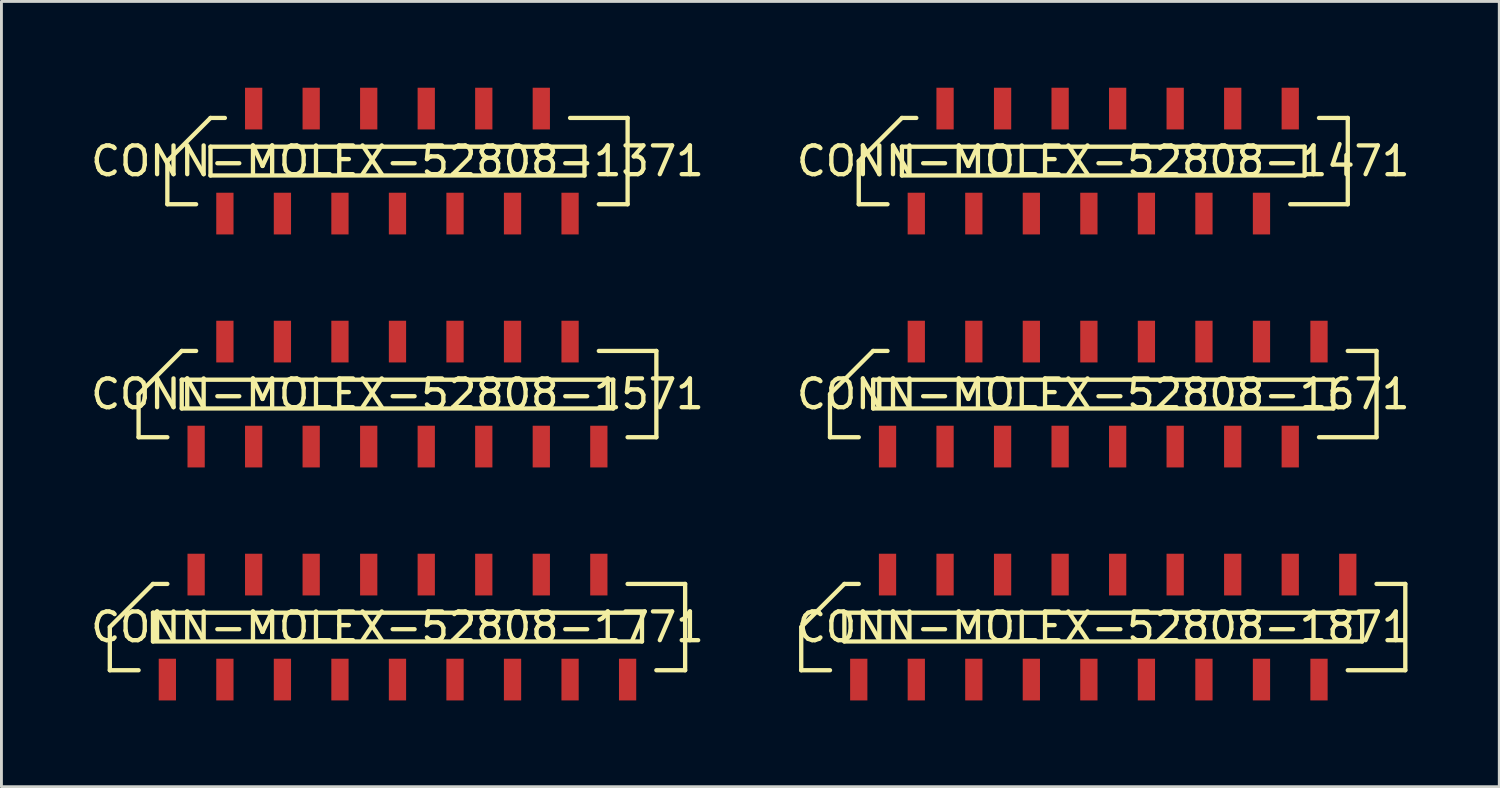
<source format=kicad_pcb>
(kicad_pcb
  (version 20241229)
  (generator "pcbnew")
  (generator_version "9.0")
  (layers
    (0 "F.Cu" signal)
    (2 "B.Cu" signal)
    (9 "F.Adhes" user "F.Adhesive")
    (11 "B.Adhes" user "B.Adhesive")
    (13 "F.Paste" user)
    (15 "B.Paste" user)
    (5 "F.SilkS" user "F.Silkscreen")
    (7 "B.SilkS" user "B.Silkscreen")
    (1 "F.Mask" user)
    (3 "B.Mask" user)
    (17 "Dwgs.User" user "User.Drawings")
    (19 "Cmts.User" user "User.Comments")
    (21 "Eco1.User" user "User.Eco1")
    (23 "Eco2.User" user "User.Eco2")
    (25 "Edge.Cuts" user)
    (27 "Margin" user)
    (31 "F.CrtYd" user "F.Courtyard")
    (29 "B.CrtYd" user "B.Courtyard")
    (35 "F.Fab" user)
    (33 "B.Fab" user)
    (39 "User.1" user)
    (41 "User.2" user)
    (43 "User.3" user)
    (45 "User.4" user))
  (footprint "CONN-MOLEX-52808-1371"
    (layer "F.Cu")
    (at 10.768 2.55)
    (property "Reference" "CONN-MOLEX-52808-1371" (at 0 0 0) (layer "F.SilkS") (effects (font (size 1 1) (thickness 0.15))))
    (attr through_hole)
    (fp_line (start -8 0) (end -8 1.5) (stroke (width 0.15) (type solid)) (layer "F.SilkS"))
    (fp_line (start -8 0) (end -6.5 -1.5) (stroke (width 0.15) (type solid)) (layer "F.SilkS"))
    (fp_line (start -7 1.5) (end -8 1.5) (stroke (width 0.15) (type solid)) (layer "F.SilkS"))
    (fp_line (start -6.5 -0.5) (end -6.5 0.5) (stroke (width 0.15) (type solid)) (layer "F.SilkS"))
    (fp_line (start -6.5 -0.5) (end 6.5 -0.5) (stroke (width 0.15) (type solid)) (layer "F.SilkS"))
    (fp_line (start -6 -1.5) (end -6.5 -1.5) (stroke (width 0.15) (type solid)) (layer "F.SilkS"))
    (fp_line (start 6.5 -0.5) (end 6.5 0.5) (stroke (width 0.15) (type solid)) (layer "F.SilkS"))
    (fp_line (start 6.5 0.5) (end -6.5 0.5) (stroke (width 0.15) (type solid)) (layer "F.SilkS"))
    (fp_line (start 7 1.5) (end 8 1.5) (stroke (width 0.15) (type solid)) (layer "F.SilkS"))
    (fp_line (start 8 -1.5) (end 6 -1.5) (stroke (width 0.15) (type solid)) (layer "F.SilkS"))
    (fp_line (start 8 -1.5) (end 8 1.5) (stroke (width 0.15) (type solid)) (layer "F.SilkS"))
    (pad "1" smd rect (at -6 1.825) (size 0.6 1.45) (layers "F.Cu" "F.Mask" "F.Paste"))
    (pad "2" smd rect (at -5 -1.825) (size 0.6 1.45) (layers "F.Cu" "F.Mask" "F.Paste"))
    (pad "3" smd rect (at -4 1.825) (size 0.6 1.45) (layers "F.Cu" "F.Mask" "F.Paste"))
    (pad "4" smd rect (at -3 -1.825) (size 0.6 1.45) (layers "F.Cu" "F.Mask" "F.Paste"))
    (pad "5" smd rect (at -2 1.825) (size 0.6 1.45) (layers "F.Cu" "F.Mask" "F.Paste"))
    (pad "6" smd rect (at -1 -1.825) (size 0.6 1.45) (layers "F.Cu" "F.Mask" "F.Paste"))
    (pad "7" smd rect (at 0 1.825) (size 0.6 1.45) (layers "F.Cu" "F.Mask" "F.Paste"))
    (pad "8" smd rect (at 1 -1.825) (size 0.6 1.45) (layers "F.Cu" "F.Mask" "F.Paste"))
    (pad "9" smd rect (at 2 1.825) (size 0.6 1.45) (layers "F.Cu" "F.Mask" "F.Paste"))
    (pad "10" smd rect (at 3 -1.825) (size 0.6 1.45) (layers "F.Cu" "F.Mask" "F.Paste"))
    (pad "11" smd rect (at 4 1.825) (size 0.6 1.45) (layers "F.Cu" "F.Mask" "F.Paste"))
    (pad "12" smd rect (at 5 -1.825) (size 0.6 1.45) (layers "F.Cu" "F.Mask" "F.Paste"))
    (pad "13" smd rect (at 6 1.825) (size 0.6 1.45) (layers "F.Cu" "F.Mask" "F.Paste")))
  (footprint "CONN-MOLEX-52808-1871"
    (layer "F.Cu")
    (at 35.304 18.75)
    (property "Reference" "CONN-MOLEX-52808-1871" (at 0 0 0) (layer "F.SilkS") (effects (font (size 1 1) (thickness 0.15))))
    (attr through_hole)
    (fp_line (start -10.5 0) (end -10.5 1.5) (stroke (width 0.15) (type solid)) (layer "F.SilkS"))
    (fp_line (start -10.5 0) (end -9 -1.5) (stroke (width 0.15) (type solid)) (layer "F.SilkS"))
    (fp_line (start -9.5 1.5) (end -10.5 1.5) (stroke (width 0.15) (type solid)) (layer "F.SilkS"))
    (fp_line (start -9 -0.5) (end -9 0.5) (stroke (width 0.15) (type solid)) (layer "F.SilkS"))
    (fp_line (start -9 0.5) (end 9 0.5) (stroke (width 0.15) (type solid)) (layer "F.SilkS"))
    (fp_line (start -8.5 -1.5) (end -9 -1.5) (stroke (width 0.15) (type solid)) (layer "F.SilkS"))
    (fp_line (start 9 -0.5) (end -9 -0.5) (stroke (width 0.15) (type solid)) (layer "F.SilkS"))
    (fp_line (start 9 0.5) (end 9 -0.5) (stroke (width 0.15) (type solid)) (layer "F.SilkS"))
    (fp_line (start 9.5 -1.5) (end 10.5 -1.5) (stroke (width 0.15) (type solid)) (layer "F.SilkS"))
    (fp_line (start 10.5 -1.5) (end 10.5 1.5) (stroke (width 0.15) (type solid)) (layer "F.SilkS"))
    (fp_line (start 10.5 1.5) (end 8.5 1.5) (stroke (width 0.15) (type solid)) (layer "F.SilkS"))
    (pad "1" smd rect (at -8.5 1.825) (size 0.6 1.45) (layers "F.Cu" "F.Mask" "F.Paste"))
    (pad "2" smd rect (at -7.5 -1.825) (size 0.6 1.45) (layers "F.Cu" "F.Mask" "F.Paste"))
    (pad "3" smd rect (at -6.5 1.825) (size 0.6 1.45) (layers "F.Cu" "F.Mask" "F.Paste"))
    (pad "4" smd rect (at -5.5 -1.825) (size 0.6 1.45) (layers "F.Cu" "F.Mask" "F.Paste"))
    (pad "5" smd rect (at -4.5 1.825) (size 0.6 1.45) (layers "F.Cu" "F.Mask" "F.Paste"))
    (pad "6" smd rect (at -3.5 -1.825) (size 0.6 1.45) (layers "F.Cu" "F.Mask" "F.Paste"))
    (pad "7" smd rect (at -2.5 1.825) (size 0.6 1.45) (layers "F.Cu" "F.Mask" "F.Paste"))
    (pad "8" smd rect (at -1.5 -1.825) (size 0.6 1.45) (layers "F.Cu" "F.Mask" "F.Paste"))
    (pad "9" smd rect (at -0.5 1.825) (size 0.6 1.45) (layers "F.Cu" "F.Mask" "F.Paste"))
    (pad "10" smd rect (at 0.5 -1.825) (size 0.6 1.45) (layers "F.Cu" "F.Mask" "F.Paste"))
    (pad "11" smd rect (at 1.5 1.825) (size 0.6 1.45) (layers "F.Cu" "F.Mask" "F.Paste"))
    (pad "12" smd rect (at 2.5 -1.825) (size 0.6 1.45) (layers "F.Cu" "F.Mask" "F.Paste"))
    (pad "13" smd rect (at 3.5 1.825) (size 0.6 1.45) (layers "F.Cu" "F.Mask" "F.Paste"))
    (pad "14" smd rect (at 4.5 -1.825) (size 0.6 1.45) (layers "F.Cu" "F.Mask" "F.Paste"))
    (pad "15" smd rect (at 5.5 1.825) (size 0.6 1.45) (layers "F.Cu" "F.Mask" "F.Paste"))
    (pad "16" smd rect (at 6.5 -1.825) (size 0.6 1.45) (layers "F.Cu" "F.Mask" "F.Paste"))
    (pad "17" smd rect (at 7.5 1.825) (size 0.6 1.45) (layers "F.Cu" "F.Mask" "F.Paste"))
    (pad "18" smd rect (at 8.5 -1.825) (size 0.6 1.45) (layers "F.Cu" "F.Mask" "F.Paste")))
  (footprint "CONN-MOLEX-52808-1771"
    (layer "F.Cu")
    (at 10.768 18.75)
    (property "Reference" "CONN-MOLEX-52808-1771" (at 0 0 0) (layer "F.SilkS") (effects (font (size 1 1) (thickness 0.15))))
    (attr through_hole)
    (fp_line (start -10 0) (end -10 1.5) (stroke (width 0.15) (type solid)) (layer "F.SilkS"))
    (fp_line (start -10 0) (end -8.5 -1.5) (stroke (width 0.15) (type solid)) (layer "F.SilkS"))
    (fp_line (start -9 1.5) (end -10 1.5) (stroke (width 0.15) (type solid)) (layer "F.SilkS"))
    (fp_line (start -8.5 -0.5) (end -8.5 0.5) (stroke (width 0.15) (type solid)) (layer "F.SilkS"))
    (fp_line (start -8.5 0.5) (end 8.5 0.5) (stroke (width 0.15) (type solid)) (layer "F.SilkS"))
    (fp_line (start -8 -1.5) (end -8.5 -1.5) (stroke (width 0.15) (type solid)) (layer "F.SilkS"))
    (fp_line (start 8.5 -0.5) (end -8.5 -0.5) (stroke (width 0.15) (type solid)) (layer "F.SilkS"))
    (fp_line (start 8.5 0.5) (end 8.5 -0.5) (stroke (width 0.15) (type solid)) (layer "F.SilkS"))
    (fp_line (start 9 1.5) (end 10 1.5) (stroke (width 0.15) (type solid)) (layer "F.SilkS"))
    (fp_line (start 10 -1.5) (end 8 -1.5) (stroke (width 0.15) (type solid)) (layer "F.SilkS"))
    (fp_line (start 10 -1.5) (end 10 1.5) (stroke (width 0.15) (type solid)) (layer "F.SilkS"))
    (pad "1" smd rect (at -8 1.825) (size 0.6 1.45) (layers "F.Cu" "F.Mask" "F.Paste"))
    (pad "2" smd rect (at -7 -1.825) (size 0.6 1.45) (layers "F.Cu" "F.Mask" "F.Paste"))
    (pad "3" smd rect (at -6 1.825) (size 0.6 1.45) (layers "F.Cu" "F.Mask" "F.Paste"))
    (pad "4" smd rect (at -5 -1.825) (size 0.6 1.45) (layers "F.Cu" "F.Mask" "F.Paste"))
    (pad "5" smd rect (at -4 1.825) (size 0.6 1.45) (layers "F.Cu" "F.Mask" "F.Paste"))
    (pad "6" smd rect (at -3 -1.825) (size 0.6 1.45) (layers "F.Cu" "F.Mask" "F.Paste"))
    (pad "7" smd rect (at -2 1.825) (size 0.6 1.45) (layers "F.Cu" "F.Mask" "F.Paste"))
    (pad "8" smd rect (at -1 -1.825) (size 0.6 1.45) (layers "F.Cu" "F.Mask" "F.Paste"))
    (pad "9" smd rect (at 0 1.825) (size 0.6 1.45) (layers "F.Cu" "F.Mask" "F.Paste"))
    (pad "10" smd rect (at 1 -1.825) (size 0.6 1.45) (layers "F.Cu" "F.Mask" "F.Paste"))
    (pad "11" smd rect (at 2 1.825) (size 0.6 1.45) (layers "F.Cu" "F.Mask" "F.Paste"))
    (pad "12" smd rect (at 3 -1.825) (size 0.6 1.45) (layers "F.Cu" "F.Mask" "F.Paste"))
    (pad "13" smd rect (at 4 1.825) (size 0.6 1.45) (layers "F.Cu" "F.Mask" "F.Paste"))
    (pad "14" smd rect (at 5 -1.825) (size 0.6 1.45) (layers "F.Cu" "F.Mask" "F.Paste"))
    (pad "15" smd rect (at 6 1.825) (size 0.6 1.45) (layers "F.Cu" "F.Mask" "F.Paste"))
    (pad "16" smd rect (at 7 -1.825) (size 0.6 1.45) (layers "F.Cu" "F.Mask" "F.Paste"))
    (pad "17" smd rect (at 8 1.825) (size 0.6 1.45) (layers "F.Cu" "F.Mask" "F.Paste")))
  (footprint "CONN-MOLEX-52808-1471"
    (layer "F.Cu")
    (at 35.304 2.55)
    (property "Reference" "CONN-MOLEX-52808-1471" (at 0 0 0) (layer "F.SilkS") (effects (font (size 1 1) (thickness 0.15))))
    (attr through_hole)
    (fp_line (start -8.5 0) (end -8.5 1.5) (stroke (width 0.15) (type solid)) (layer "F.SilkS"))
    (fp_line (start -8.5 0) (end -7 -1.5) (stroke (width 0.15) (type solid)) (layer "F.SilkS"))
    (fp_line (start -7.5 1.5) (end -8.5 1.5) (stroke (width 0.15) (type solid)) (layer "F.SilkS"))
    (fp_line (start -7 -0.5) (end -7 0.5) (stroke (width 0.15) (type solid)) (layer "F.SilkS"))
    (fp_line (start -7 -0.5) (end 7 -0.5) (stroke (width 0.15) (type solid)) (layer "F.SilkS"))
    (fp_line (start -6.5 -1.5) (end -7 -1.5) (stroke (width 0.15) (type solid)) (layer "F.SilkS"))
    (fp_line (start 7 -0.5) (end 7 0.5) (stroke (width 0.15) (type solid)) (layer "F.SilkS"))
    (fp_line (start 7 0.5) (end -7 0.5) (stroke (width 0.15) (type solid)) (layer "F.SilkS"))
    (fp_line (start 7.5 -1.5) (end 8.5 -1.5) (stroke (width 0.15) (type solid)) (layer "F.SilkS"))
    (fp_line (start 8.5 -1.5) (end 8.5 1.5) (stroke (width 0.15) (type solid)) (layer "F.SilkS"))
    (fp_line (start 8.5 1.5) (end 6.5 1.5) (stroke (width 0.15) (type solid)) (layer "F.SilkS"))
    (pad "1" smd rect (at -6.5 1.825) (size 0.6 1.45) (layers "F.Cu" "F.Mask" "F.Paste"))
    (pad "2" smd rect (at -5.5 -1.825) (size 0.6 1.45) (layers "F.Cu" "F.Mask" "F.Paste"))
    (pad "3" smd rect (at -4.5 1.825) (size 0.6 1.45) (layers "F.Cu" "F.Mask" "F.Paste"))
    (pad "4" smd rect (at -3.5 -1.825) (size 0.6 1.45) (layers "F.Cu" "F.Mask" "F.Paste"))
    (pad "5" smd rect (at -2.5 1.825) (size 0.6 1.45) (layers "F.Cu" "F.Mask" "F.Paste"))
    (pad "6" smd rect (at -1.5 -1.825) (size 0.6 1.45) (layers "F.Cu" "F.Mask" "F.Paste"))
    (pad "7" smd rect (at -0.5 1.825) (size 0.6 1.45) (layers "F.Cu" "F.Mask" "F.Paste"))
    (pad "8" smd rect (at 0.5 -1.825) (size 0.6 1.45) (layers "F.Cu" "F.Mask" "F.Paste"))
    (pad "9" smd rect (at 1.5 1.825) (size 0.6 1.45) (layers "F.Cu" "F.Mask" "F.Paste"))
    (pad "10" smd rect (at 2.5 -1.825) (size 0.6 1.45) (layers "F.Cu" "F.Mask" "F.Paste"))
    (pad "11" smd rect (at 3.5 1.825) (size 0.6 1.45) (layers "F.Cu" "F.Mask" "F.Paste"))
    (pad "12" smd rect (at 4.5 -1.825) (size 0.6 1.45) (layers "F.Cu" "F.Mask" "F.Paste"))
    (pad "13" smd rect (at 5.5 1.825) (size 0.6 1.45) (layers "F.Cu" "F.Mask" "F.Paste"))
    (pad "14" smd rect (at 6.5 -1.825) (size 0.6 1.45) (layers "F.Cu" "F.Mask" "F.Paste")))
  (footprint "CONN-MOLEX-52808-1671"
    (layer "F.Cu")
    (at 35.304 10.65)
    (property "Reference" "CONN-MOLEX-52808-1671" (at 0 0 0) (layer "F.SilkS") (effects (font (size 1 1) (thickness 0.15))))
    (attr through_hole)
    (fp_line (start -9.5 0) (end -9.5 1.5) (stroke (width 0.15) (type solid)) (layer "F.SilkS"))
    (fp_line (start -9.5 0) (end -8 -1.5) (stroke (width 0.15) (type solid)) (layer "F.SilkS"))
    (fp_line (start -8.5 1.5) (end -9.5 1.5) (stroke (width 0.15) (type solid)) (layer "F.SilkS"))
    (fp_line (start -8 -0.5) (end -8 0.5) (stroke (width 0.15) (type solid)) (layer "F.SilkS"))
    (fp_line (start -8 -0.5) (end 8 -0.5) (stroke (width 0.15) (type solid)) (layer "F.SilkS"))
    (fp_line (start -7.5 -1.5) (end -8 -1.5) (stroke (width 0.15) (type solid)) (layer "F.SilkS"))
    (fp_line (start 8 -0.5) (end 8 0.5) (stroke (width 0.15) (type solid)) (layer "F.SilkS"))
    (fp_line (start 8 0.5) (end -8 0.5) (stroke (width 0.15) (type solid)) (layer "F.SilkS"))
    (fp_line (start 8.5 -1.5) (end 9.5 -1.5) (stroke (width 0.15) (type solid)) (layer "F.SilkS"))
    (fp_line (start 9.5 -1.5) (end 9.5 1.5) (stroke (width 0.15) (type solid)) (layer "F.SilkS"))
    (fp_line (start 9.5 1.5) (end 7.5 1.5) (stroke (width 0.15) (type solid)) (layer "F.SilkS"))
    (pad "1" smd rect (at -7.5 1.825) (size 0.6 1.45) (layers "F.Cu" "F.Mask" "F.Paste"))
    (pad "2" smd rect (at -6.5 -1.825) (size 0.6 1.45) (layers "F.Cu" "F.Mask" "F.Paste"))
    (pad "3" smd rect (at -5.5 1.825) (size 0.6 1.45) (layers "F.Cu" "F.Mask" "F.Paste"))
    (pad "4" smd rect (at -4.5 -1.825) (size 0.6 1.45) (layers "F.Cu" "F.Mask" "F.Paste"))
    (pad "5" smd rect (at -3.5 1.825) (size 0.6 1.45) (layers "F.Cu" "F.Mask" "F.Paste"))
    (pad "6" smd rect (at -2.5 -1.825) (size 0.6 1.45) (layers "F.Cu" "F.Mask" "F.Paste"))
    (pad "7" smd rect (at -1.5 1.825) (size 0.6 1.45) (layers "F.Cu" "F.Mask" "F.Paste"))
    (pad "8" smd rect (at -0.5 -1.825) (size 0.6 1.45) (layers "F.Cu" "F.Mask" "F.Paste"))
    (pad "9" smd rect (at 0.5 1.825) (size 0.6 1.45) (layers "F.Cu" "F.Mask" "F.Paste"))
    (pad "10" smd rect (at 1.5 -1.825) (size 0.6 1.45) (layers "F.Cu" "F.Mask" "F.Paste"))
    (pad "11" smd rect (at 2.5 1.825) (size 0.6 1.45) (layers "F.Cu" "F.Mask" "F.Paste"))
    (pad "12" smd rect (at 3.5 -1.825) (size 0.6 1.45) (layers "F.Cu" "F.Mask" "F.Paste"))
    (pad "13" smd rect (at 4.5 1.825) (size 0.6 1.45) (layers "F.Cu" "F.Mask" "F.Paste"))
    (pad "14" smd rect (at 5.5 -1.825) (size 0.6 1.45) (layers "F.Cu" "F.Mask" "F.Paste"))
    (pad "15" smd rect (at 6.5 1.825) (size 0.6 1.45) (layers "F.Cu" "F.Mask" "F.Paste"))
    (pad "16" smd rect (at 7.5 -1.825) (size 0.6 1.45) (layers "F.Cu" "F.Mask" "F.Paste")))
  (footprint "CONN-MOLEX-52808-1571"
    (layer "F.Cu")
    (at 10.768 10.65)
    (property "Reference" "CONN-MOLEX-52808-1571" (at 0 0 0) (layer "F.SilkS") (effects (font (size 1 1) (thickness 0.15))))
    (attr through_hole)
    (fp_line (start -9 0) (end -9 1.5) (stroke (width 0.15) (type solid)) (layer "F.SilkS"))
    (fp_line (start -9 0) (end -7.5 -1.5) (stroke (width 0.15) (type solid)) (layer "F.SilkS"))
    (fp_line (start -8 1.5) (end -9 1.5) (stroke (width 0.15) (type solid)) (layer "F.SilkS"))
    (fp_line (start -7.5 -0.5) (end -7.5 0.5) (stroke (width 0.15) (type solid)) (layer "F.SilkS"))
    (fp_line (start -7.5 -0.5) (end 7.5 -0.5) (stroke (width 0.15) (type solid)) (layer "F.SilkS"))
    (fp_line (start -7 -1.5) (end -7.5 -1.5) (stroke (width 0.15) (type solid)) (layer "F.SilkS"))
    (fp_line (start 7.5 -0.5) (end 7.5 0.5) (stroke (width 0.15) (type solid)) (layer "F.SilkS"))
    (fp_line (start 7.5 0.5) (end -7.5 0.5) (stroke (width 0.15) (type solid)) (layer "F.SilkS"))
    (fp_line (start 8 1.5) (end 9 1.5) (stroke (width 0.15) (type solid)) (layer "F.SilkS"))
    (fp_line (start 9 -1.5) (end 7 -1.5) (stroke (width 0.15) (type solid)) (layer "F.SilkS"))
    (fp_line (start 9 -1.5) (end 9 1.5) (stroke (width 0.15) (type solid)) (layer "F.SilkS"))
    (pad "1" smd rect (at -7 1.825) (size 0.6 1.45) (layers "F.Cu" "F.Mask" "F.Paste"))
    (pad "2" smd rect (at -6 -1.825) (size 0.6 1.45) (layers "F.Cu" "F.Mask" "F.Paste"))
    (pad "3" smd rect (at -5 1.825) (size 0.6 1.45) (layers "F.Cu" "F.Mask" "F.Paste"))
    (pad "4" smd rect (at -4 -1.825) (size 0.6 1.45) (layers "F.Cu" "F.Mask" "F.Paste"))
    (pad "5" smd rect (at -3 1.825) (size 0.6 1.45) (layers "F.Cu" "F.Mask" "F.Paste"))
    (pad "6" smd rect (at -2 -1.825) (size 0.6 1.45) (layers "F.Cu" "F.Mask" "F.Paste"))
    (pad "7" smd rect (at -1 1.825) (size 0.6 1.45) (layers "F.Cu" "F.Mask" "F.Paste"))
    (pad "8" smd rect (at 0 -1.825) (size 0.6 1.45) (layers "F.Cu" "F.Mask" "F.Paste"))
    (pad "9" smd rect (at 1 1.825) (size 0.6 1.45) (layers "F.Cu" "F.Mask" "F.Paste"))
    (pad "10" smd rect (at 2 -1.825) (size 0.6 1.45) (layers "F.Cu" "F.Mask" "F.Paste"))
    (pad "11" smd rect (at 3 1.825) (size 0.6 1.45) (layers "F.Cu" "F.Mask" "F.Paste"))
    (pad "12" smd rect (at 4 -1.825) (size 0.6 1.45) (layers "F.Cu" "F.Mask" "F.Paste"))
    (pad "13" smd rect (at 5 1.825) (size 0.6 1.45) (layers "F.Cu" "F.Mask" "F.Paste"))
    (pad "14" smd rect (at 6 -1.825) (size 0.6 1.45) (layers "F.Cu" "F.Mask" "F.Paste"))
    (pad "15" smd rect (at 7 1.825) (size 0.6 1.45) (layers "F.Cu" "F.Mask" "F.Paste")))
  (gr_rect
    (start -3 -3)
    (end 49.071 24.3)
    (stroke (width 0.1) (type default))
    (fill no)
    (layer "Edge.Cuts")))
</source>
